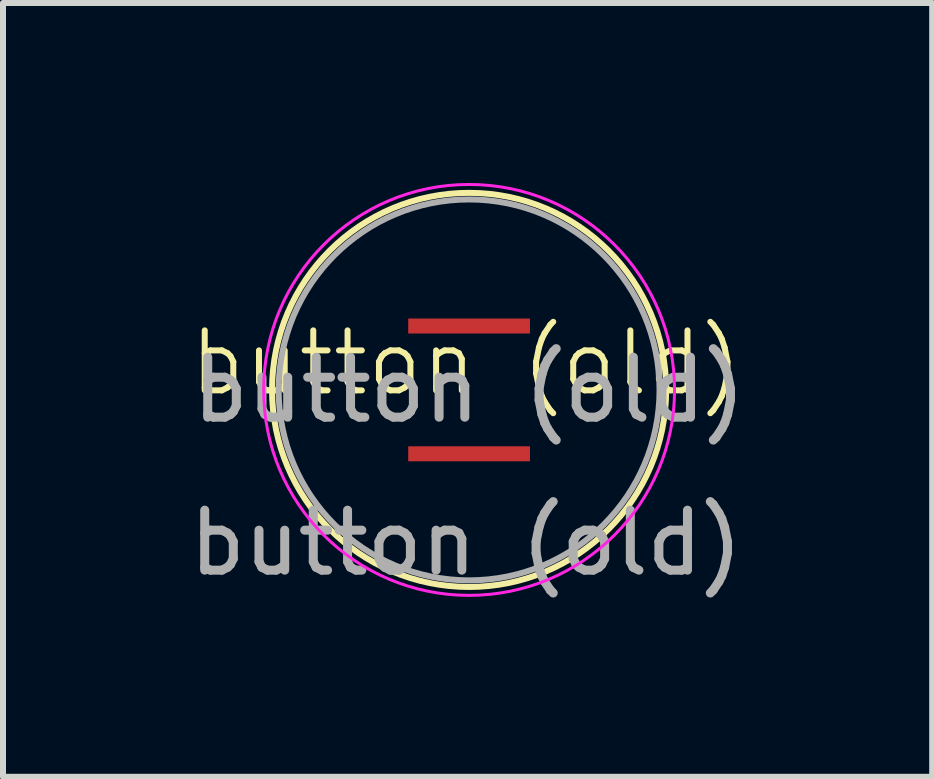
<source format=kicad_pcb>
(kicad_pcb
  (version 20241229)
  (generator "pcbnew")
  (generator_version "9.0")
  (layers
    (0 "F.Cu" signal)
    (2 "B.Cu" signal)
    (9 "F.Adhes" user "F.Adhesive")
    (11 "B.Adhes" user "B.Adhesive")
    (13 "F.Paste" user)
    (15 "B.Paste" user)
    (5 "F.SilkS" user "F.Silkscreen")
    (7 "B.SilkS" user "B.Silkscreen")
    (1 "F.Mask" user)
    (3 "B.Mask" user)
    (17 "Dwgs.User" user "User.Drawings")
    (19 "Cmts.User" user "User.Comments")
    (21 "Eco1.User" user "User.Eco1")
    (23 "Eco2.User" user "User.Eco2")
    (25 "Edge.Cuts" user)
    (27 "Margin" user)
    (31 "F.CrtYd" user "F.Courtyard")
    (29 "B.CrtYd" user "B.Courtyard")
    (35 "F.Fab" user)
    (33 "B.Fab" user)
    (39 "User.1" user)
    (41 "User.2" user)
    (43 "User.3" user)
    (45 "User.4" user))
  (footprint "button (old)"
    (layer "F.Cu")
    (at 4.72 3.5)
    (property "Reference" "button (old)" (at 0 -0.5 0) (unlocked yes) (layer "F.SilkS") (effects (font (size 1 1) (thickness 0.1))))
    (attr smd)
    (fp_circle (center 0.05 -0.05) (end 3.335 -0.05) (stroke (width 0.1) (type default)) (fill no) (layer "F.SilkS"))
    (fp_circle (center 0.05 -0.05) (end 3.475 -0.05) (stroke (width 0.05) (type default)) (fill no) (layer "F.CrtYd"))
    (fp_circle (center 0.05 -0.05) (end 3.225 -0.05) (stroke (width 0.1) (type default)) (fill no) (layer "F.Fab"))
    (fp_text user "${REFERENCE}" (at 0.05 -0.05 0) (unlocked yes) (layer "F.Fab") (effects (font (size 1 1) (thickness 0.15))))
    (fp_text user "${REFERENCE}" (at 0 2.5 0) (unlocked yes) (layer "F.Fab") (effects (font (size 1 1) (thickness 0.15))))
    (pad "1" smd rect (at 0.05 -1.115) (size 2.03 0.25) (layers "F.Cu" "F.Mask" "F.Paste"))
    (pad "2" smd rect (at 0.05 1.015) (size 2.03 0.25) (layers "F.Cu" "F.Mask" "F.Paste")))
  (gr_rect
    (start -3 -3)
    (end 12.49 9.9)
    (stroke (width 0.1) (type default))
    (fill no)
    (layer "Edge.Cuts")))
</source>
